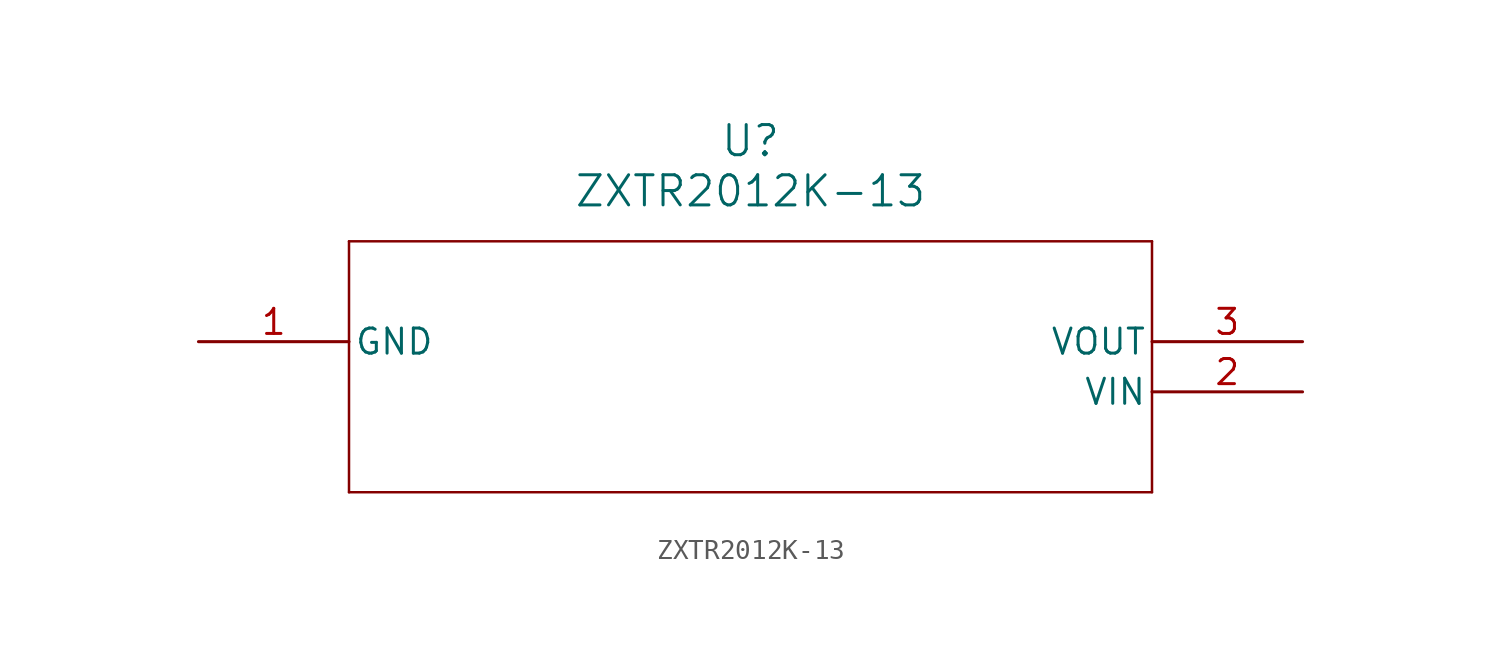
<source format=kicad_sym>
(kicad_symbol_lib
  (version 20211014)
  (generator kicad_symbol_editor)
  (symbol "ZXTR2012K-13"
    (pin_names
      (offset 0.254))
    (property "Reference" "U"
      (at 27.94 10.16 0)
      (effects (font (size 1.524 1.524))))
    (property "Value" "ZXTR2012K-13"
      (at 27.94 7.62 0)
      (effects (font (size 1.524 1.524))))
    (symbol "ZXTR2012K-13_0_1"
      (polyline (pts (xy 7.62 5.08) (xy 7.62 -7.62)) (stroke (width 0.127) (type default) (color 0 0 0 0)) (fill (type none)))
      (polyline (pts (xy 7.62 -7.62) (xy 48.26 -7.62)) (stroke (width 0.127) (type default) (color 0 0 0 0)) (fill (type none)))
      (polyline (pts (xy 48.26 -7.62) (xy 48.26 5.08)) (stroke (width 0.127) (type default) (color 0 0 0 0)) (fill (type none)))
      (polyline (pts (xy 48.26 5.08) (xy 7.62 5.08)) (stroke (width 0.127) (type default) (color 0 0 0 0)) (fill (type none)))
      (pin power_in line (at 0 0 0) (length 7.62) (name "GND" (effects (font (size 1.27 1.27)))) (number "1" (effects (font (size 1.27 1.27)))))
      (pin input line (at 55.88 -2.54 180) (length 7.62) (name "VIN" (effects (font (size 1.27 1.27)))) (number "2" (effects (font (size 1.27 1.27)))))
      (pin output line (at 55.88 0 180) (length 7.62) (name "VOUT" (effects (font (size 1.27 1.27)))) (number "3" (effects (font (size 1.27 1.27))))))))
</source>
